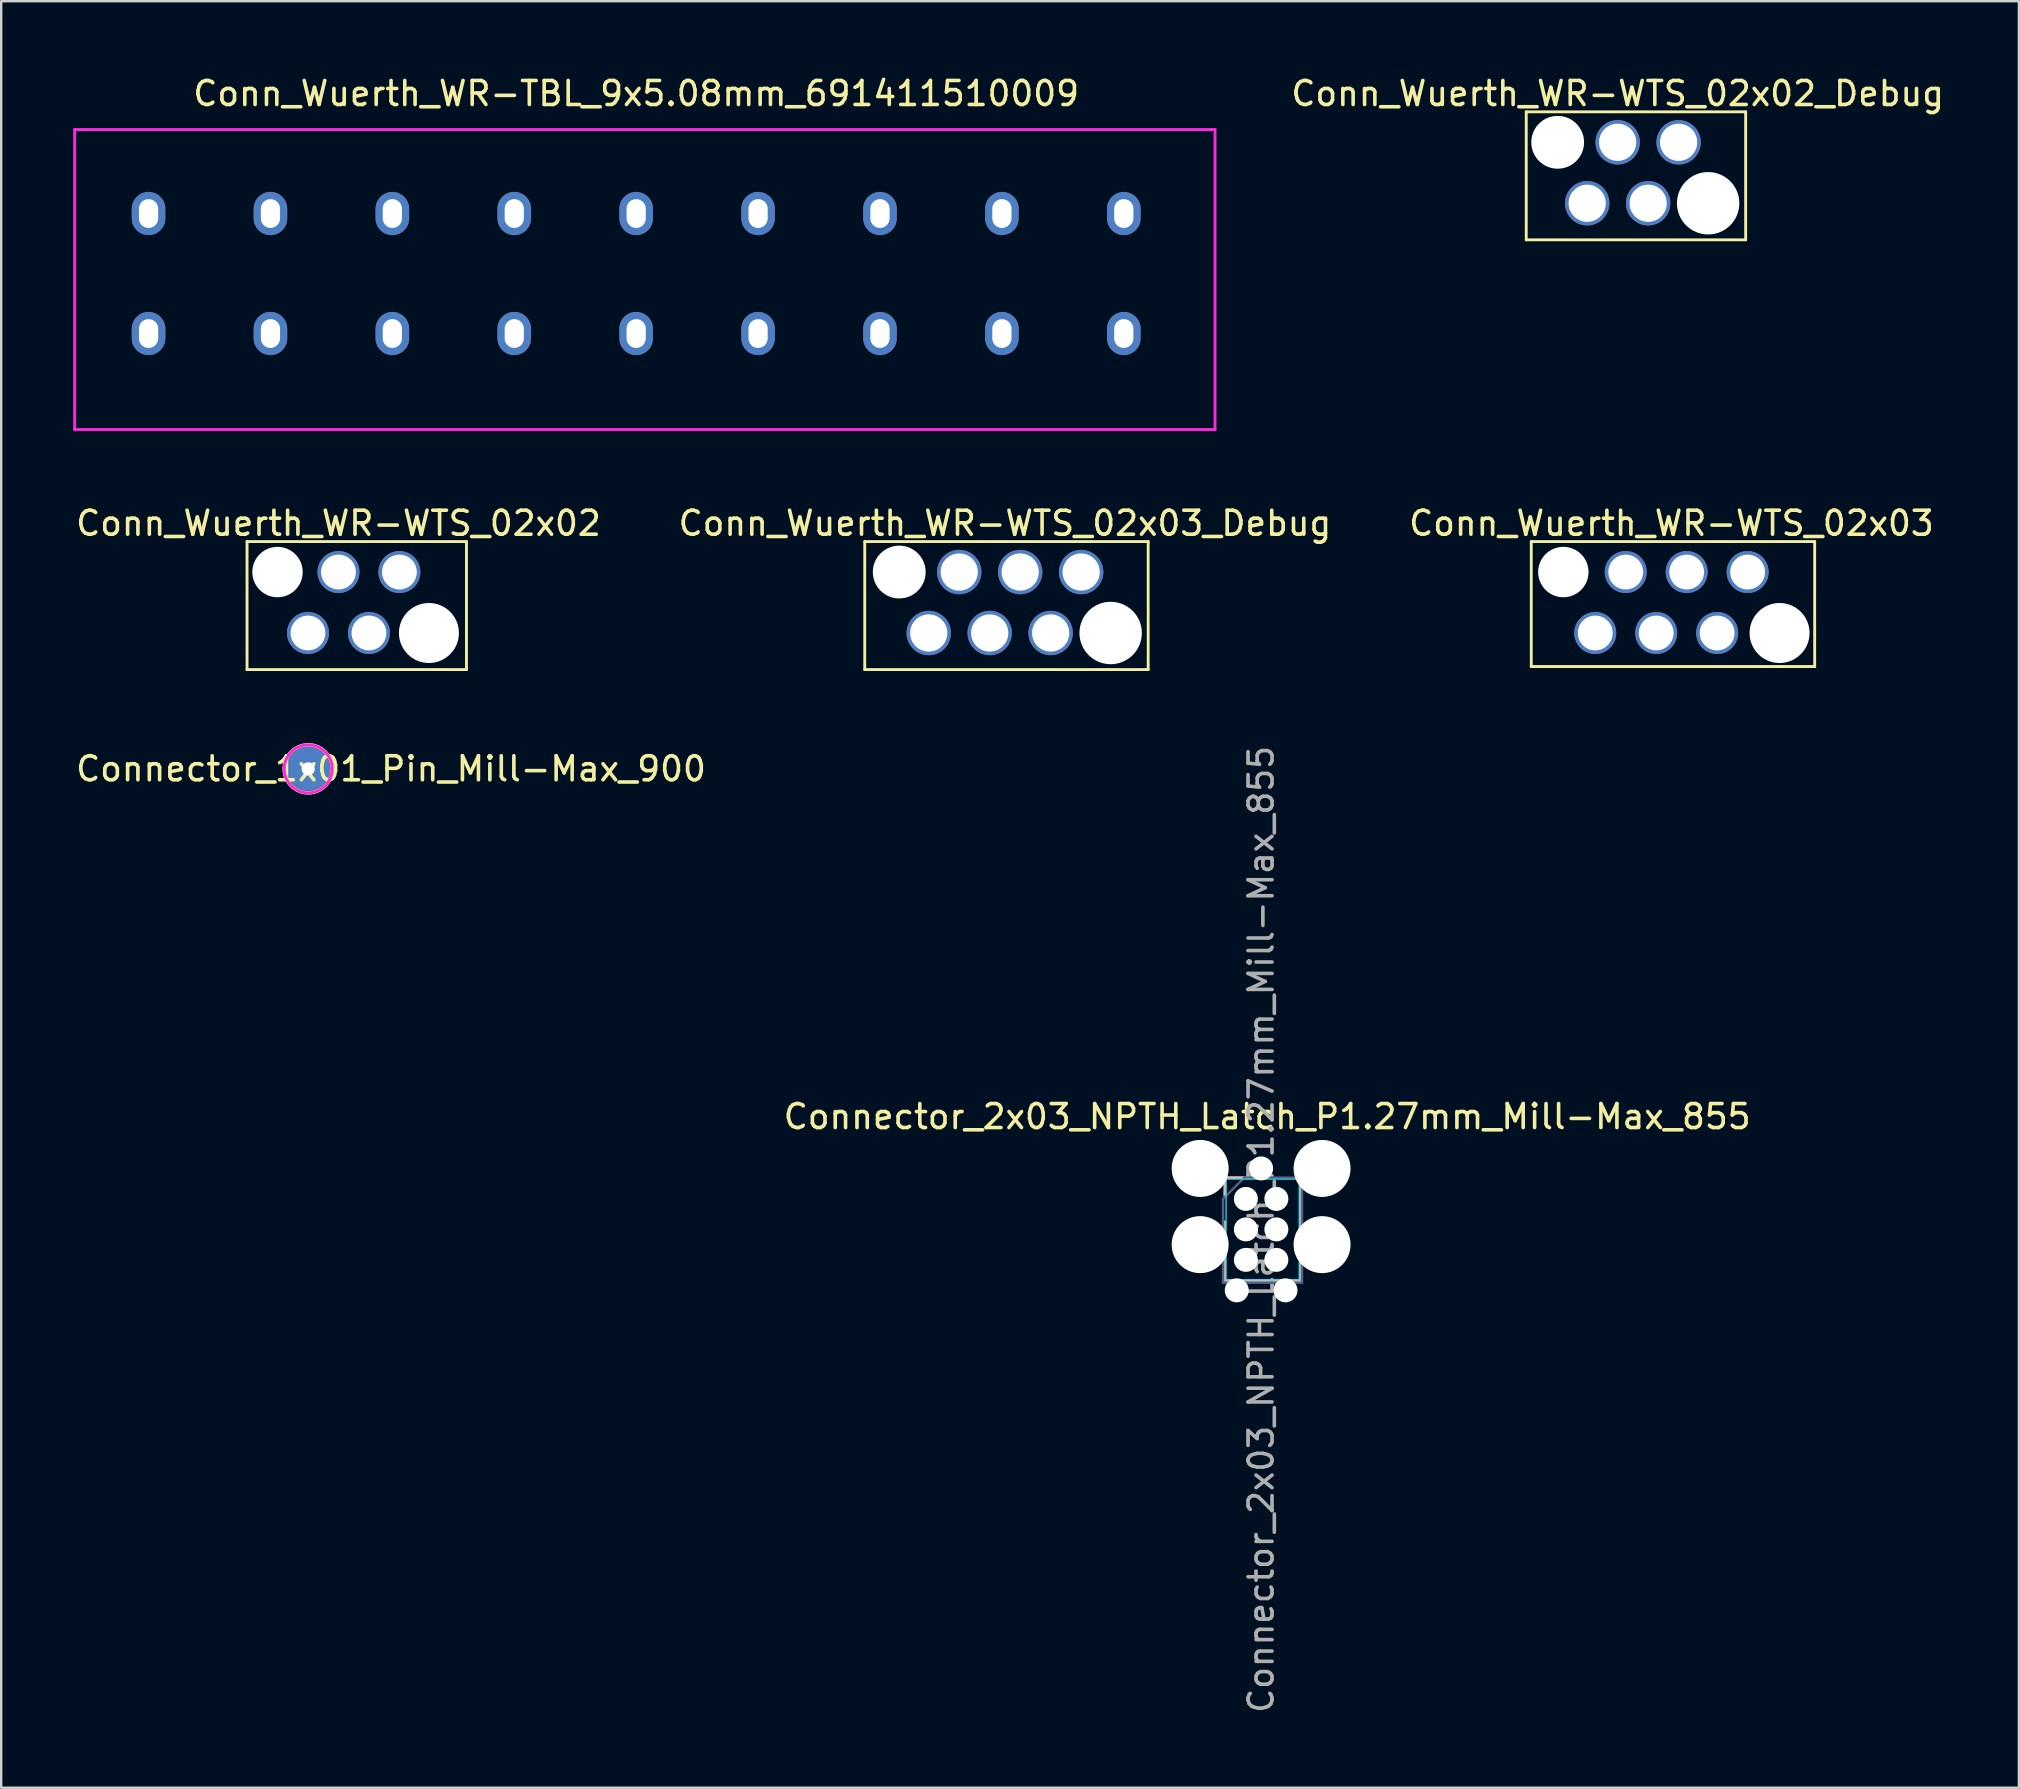
<source format=kicad_pcb>
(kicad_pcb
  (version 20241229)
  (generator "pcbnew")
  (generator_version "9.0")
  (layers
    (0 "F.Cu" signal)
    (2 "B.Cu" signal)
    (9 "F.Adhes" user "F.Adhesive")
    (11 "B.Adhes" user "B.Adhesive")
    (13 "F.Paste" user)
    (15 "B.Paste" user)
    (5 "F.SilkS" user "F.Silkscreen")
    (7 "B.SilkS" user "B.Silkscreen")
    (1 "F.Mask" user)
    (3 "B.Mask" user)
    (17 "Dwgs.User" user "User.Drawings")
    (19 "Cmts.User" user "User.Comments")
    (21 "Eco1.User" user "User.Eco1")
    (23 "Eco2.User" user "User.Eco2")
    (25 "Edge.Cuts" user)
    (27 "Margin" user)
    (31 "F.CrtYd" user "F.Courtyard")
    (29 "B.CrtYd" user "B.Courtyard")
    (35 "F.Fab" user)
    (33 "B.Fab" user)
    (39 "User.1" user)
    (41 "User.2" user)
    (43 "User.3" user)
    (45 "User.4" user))
  (footprint "Conn_Wuerth_WR-TBL_9x5.08mm_691411510009"
    (layer "F.Cu")
    (at 23.46 8.348)
    (property "Reference" "Conn_Wuerth_WR-TBL_9x5.08mm_691411510009" (at 0 -7.5 0) (layer "F.SilkS") (effects (font (size 1 1) (thickness 0.15))))
    (attr through_hole)
    (fp_line (start -23.4 -6) (end 24.12 -6) (stroke (width 0.12) (type solid)) (layer "F.CrtYd"))
    (fp_line (start -23.4 6.5) (end -23.4 -6) (stroke (width 0.12) (type solid)) (layer "F.CrtYd"))
    (fp_line (start -23.4 6.5) (end 24.12 6.5) (stroke (width 0.12) (type solid)) (layer "F.CrtYd"))
    (fp_line (start 24.12 6.5) (end 24.12 -6) (stroke (width 0.12) (type solid)) (layer "F.CrtYd"))
    (pad "1" thru_hole oval (at -20.32 -2.5) (size 1.4 1.8) (drill oval 0.8 1.2) (layers "*.Cu" "*.Mask"))
    (pad "1" thru_hole oval (at -20.32 2.5) (size 1.4 1.8) (drill oval 0.8 1.2) (layers "*.Cu" "*.Mask"))
    (pad "2" thru_hole oval (at -15.24 -2.5) (size 1.4 1.8) (drill oval 0.8 1.2) (layers "*.Cu" "*.Mask"))
    (pad "2" thru_hole oval (at -15.24 2.5) (size 1.4 1.8) (drill oval 0.8 1.2) (layers "*.Cu" "*.Mask"))
    (pad "3" thru_hole oval (at -10.16 -2.5) (size 1.4 1.8) (drill oval 0.8 1.2) (layers "*.Cu" "*.Mask"))
    (pad "3" thru_hole oval (at -10.16 2.5) (size 1.4 1.8) (drill oval 0.8 1.2) (layers "*.Cu" "*.Mask"))
    (pad "4" thru_hole oval (at -5.08 -2.5) (size 1.4 1.8) (drill oval 0.8 1.2) (layers "*.Cu" "*.Mask"))
    (pad "4" thru_hole oval (at -5.08 2.5) (size 1.4 1.8) (drill oval 0.8 1.2) (layers "*.Cu" "*.Mask"))
    (pad "5" thru_hole oval (at 0 -2.5) (size 1.4 1.8) (drill oval 0.8 1.2) (layers "*.Cu" "*.Mask"))
    (pad "5" thru_hole oval (at 0 2.5) (size 1.4 1.8) (drill oval 0.8 1.2) (layers "*.Cu" "*.Mask"))
    (pad "6" thru_hole oval (at 5.08 -2.5) (size 1.4 1.8) (drill oval 0.8 1.2) (layers "*.Cu" "*.Mask"))
    (pad "6" thru_hole oval (at 5.08 2.5) (size 1.4 1.8) (drill oval 0.8 1.2) (layers "*.Cu" "*.Mask"))
    (pad "7" thru_hole oval (at 10.16 -2.5) (size 1.4 1.8) (drill oval 0.8 1.2) (layers "*.Cu" "*.Mask"))
    (pad "7" thru_hole oval (at 10.16 2.5) (size 1.4 1.8) (drill oval 0.8 1.2) (layers "*.Cu" "*.Mask"))
    (pad "8" thru_hole oval (at 15.24 -2.5) (size 1.4 1.8) (drill oval 0.8 1.2) (layers "*.Cu" "*.Mask"))
    (pad "8" thru_hole oval (at 15.24 2.5) (size 1.4 1.8) (drill oval 0.8 1.2) (layers "*.Cu" "*.Mask"))
    (pad "9" thru_hole oval (at 20.32 -2.5) (size 1.4 1.8) (drill oval 0.8 1.2) (layers "*.Cu" "*.Mask"))
    (pad "9" thru_hole oval (at 20.32 2.5) (size 1.4 1.8) (drill oval 0.8 1.2) (layers "*.Cu" "*.Mask")))
  (footprint "Conn_Wuerth_WR-WTS_02x02_Debug"
    (layer "F.Cu")
    (at 65.63 4.15)
    (property "Reference" "Conn_Wuerth_WR-WTS_02x02_Debug" (at -1.27 -3.302 0) (layer "F.SilkS") (effects (font (size 1 1) (thickness 0.15))))
    (attr through_hole)
    (fp_line (start -5.08 -2.54) (end -5.08 2.794) (stroke (width 0.12) (type solid)) (layer "F.SilkS"))
    (fp_line (start -5.08 2.794) (end 4.064 2.794) (stroke (width 0.12) (type solid)) (layer "F.SilkS"))
    (fp_line (start 4.064 -2.54) (end -5.08 -2.54) (stroke (width 0.12) (type solid)) (layer "F.SilkS"))
    (fp_line (start 4.064 2.794) (end 4.064 -2.54) (stroke (width 0.12) (type solid)) (layer "F.SilkS"))
    (pad "" np_thru_hole circle (at -3.77 -1.27) (size 2.2 2.2) (drill 2.2) (layers "*.Cu" "*.Mask"))
    (pad "" np_thru_hole circle (at 2.5 1.27) (size 2.6 2.6) (drill 2.6) (layers "*.Cu" "*.Mask"))
    (pad "1" thru_hole circle (at 1.27 -1.27) (size 1.85 1.85) (drill 1.55) (layers "*.Cu" "*.Mask"))
    (pad "2" thru_hole circle (at 0 1.27) (size 1.85 1.85) (drill 1.55) (layers "*.Cu" "*.Mask"))
    (pad "3" thru_hole circle (at -1.27 -1.27) (size 1.85 1.85) (drill 1.55) (layers "*.Cu" "*.Mask"))
    (pad "4" thru_hole circle (at -2.54 1.27) (size 1.85 1.85) (drill 1.55) (layers "*.Cu" "*.Mask")))
  (footprint "Connector_1x01_Pin_Mill-Max_900"
    (layer "F.Cu")
    (at 9.794 28.988)
    (property "Reference" "Connector_1x01_Pin_Mill-Max_900" (at 3.45 0 0) (layer "F.SilkS") (effects (font (size 1 1) (thickness 0.15))))
    (attr through_hole)
    (fp_circle (center 0 0) (end 1 0) (stroke (width 0.15) (type solid)) (fill no) (layer "F.SilkS"))
    (fp_circle (center 0 0) (end 1 0) (stroke (width 0.12) (type solid)) (fill no) (layer "F.CrtYd"))
    (pad "1" thru_hole circle (at 0 0) (size 1.83 1.83) (drill 0.55) (layers "*.Cu" "*.Mask" "F.Paste")))
  (footprint "Conn_Wuerth_WR-WTS_02x03_Debug"
    (layer "F.Cu")
    (at 38.827 22.058)
    (property "Reference" "Conn_Wuerth_WR-WTS_02x03_Debug" (at 0 -3.302 0) (layer "F.SilkS") (effects (font (size 1 1) (thickness 0.15))))
    (attr through_hole)
    (fp_line (start -5.842 -2.54) (end -5.842 2.794) (stroke (width 0.12) (type solid)) (layer "F.SilkS"))
    (fp_line (start -5.842 2.794) (end 5.969 2.794) (stroke (width 0.12) (type solid)) (layer "F.SilkS"))
    (fp_line (start 5.969 -2.54) (end -5.842 -2.54) (stroke (width 0.12) (type solid)) (layer "F.SilkS"))
    (fp_line (start 5.969 2.794) (end 5.969 -2.54) (stroke (width 0.12) (type solid)) (layer "F.SilkS"))
    (pad "" np_thru_hole circle (at -4.405 -1.27) (size 2.2 2.2) (drill 2.2) (layers "*.Cu" "*.Mask"))
    (pad "" np_thru_hole circle (at 4.405 1.27) (size 2.6 2.6) (drill 2.6) (layers "*.Cu" "*.Mask"))
    (pad "1" thru_hole circle (at 3.175 -1.27) (size 1.85 1.85) (drill 1.55) (layers "*.Cu" "*.Mask"))
    (pad "2" thru_hole circle (at 1.905 1.27) (size 1.85 1.85) (drill 1.55) (layers "*.Cu" "*.Mask"))
    (pad "3" thru_hole circle (at 0.635 -1.27) (size 1.85 1.85) (drill 1.55) (layers "*.Cu" "*.Mask"))
    (pad "4" thru_hole circle (at -0.635 1.27) (size 1.85 1.85) (drill 1.55) (layers "*.Cu" "*.Mask"))
    (pad "5" thru_hole circle (at -1.905 -1.27) (size 1.85 1.85) (drill 1.55) (layers "*.Cu" "*.Mask"))
    (pad "6" thru_hole circle (at -3.175 1.27) (size 1.85 1.85) (drill 1.55) (layers "*.Cu" "*.Mask")))
  (footprint "Connector_2x03_NPTH_Latch_P1.27mm_Mill-Max_855"
    (layer "F.Cu")
    (at 48.867 46.91)
    (property "Reference" "Connector_2x03_NPTH_Latch_P1.27mm_Mill-Max_855" (at 0.889 -3.429 0) (layer "F.SilkS") (effects (font (size 1 1) (thickness 0.15))))
    (attr through_hole)
    (fp_line (start -0.889 0.953) (end -0.889 3.429) (stroke (width 0.12) (type solid)) (layer "B.SilkS"))
    (fp_line (start -0.889 3.429) (end 2.286 3.429) (stroke (width 0.12) (type solid)) (layer "B.SilkS"))
    (fp_line (start -0.876 -0.887) (end 0.254 -0.887) (stroke (width 0.12) (type solid)) (layer "B.SilkS"))
    (fp_line (start -0.876 -0.127) (end -0.876 -0.887) (stroke (width 0.12) (type solid)) (layer "B.SilkS"))
    (fp_line (start 2.286 -0.885) (end 2.286 3.429) (stroke (width 0.12) (type solid)) (layer "B.SilkS"))
    (fp_line (start -0.826 -0.826) (end -0.826 3.365) (stroke (width 0.05) (type solid)) (layer "B.CrtYd"))
    (fp_line (start -0.826 3.365) (end 2.223 3.365) (stroke (width 0.05) (type solid)) (layer "B.CrtYd"))
    (fp_line (start 2.223 -0.826) (end -0.826 -0.826) (stroke (width 0.05) (type solid)) (layer "B.CrtYd"))
    (fp_line (start 2.223 3.365) (end 2.223 -0.826) (stroke (width 0.05) (type solid)) (layer "B.CrtYd"))
    (fp_line (start -0.953 0) (end -0.064 -0.889) (stroke (width 0.1) (type solid)) (layer "B.Fab"))
    (fp_line (start -0.953 3.493) (end -0.953 0) (stroke (width 0.1) (type solid)) (layer "B.Fab"))
    (fp_line (start -0.064 -0.889) (end 2.34 -0.889) (stroke (width 0.1) (type solid)) (layer "B.Fab"))
    (fp_line (start 2.34 -0.889) (end 2.34 3.493) (stroke (width 0.1) (type solid)) (layer "B.Fab"))
    (fp_line (start 2.34 3.493) (end -0.953 3.493) (stroke (width 0.1) (type solid)) (layer "B.Fab"))
    (fp_text user "${REFERENCE}" (at 0.635 1.27 90) (layer "F.Fab") (effects (font (size 1 1) (thickness 0.15))))
    (pad "" np_thru_hole circle (at -1.905 -1.27 180) (size 2.375 2.375) (drill 2.375) (layers "*.Cu" "*.Mask"))
    (pad "" np_thru_hole circle (at -1.905 1.905 180) (size 2.375 2.375) (drill 2.375) (layers "*.Cu" "*.Mask"))
    (pad "" np_thru_hole circle (at -0.381 3.81) (size 1 1) (drill 1) (layers "*.Cu" "*.Mask"))
    (pad "" np_thru_hole circle (at 0 0) (size 1 1) (drill 1) (layers "*.Cu" "*.Mask"))
    (pad "" np_thru_hole circle (at 0 1.27) (size 1 1) (drill 1) (layers "*.Cu" "*.Mask"))
    (pad "" np_thru_hole circle (at 0 2.54) (size 1 1) (drill 1) (layers "*.Cu" "*.Mask"))
    (pad "" np_thru_hole circle (at 0.635 -1.27) (size 1 1) (drill 1) (layers "*.Cu" "*.Mask"))
    (pad "" np_thru_hole circle (at 1.27 0) (size 1 1) (drill 1) (layers "*.Cu" "*.Mask"))
    (pad "" np_thru_hole circle (at 1.27 1.27) (size 1 1) (drill 1) (layers "*.Cu" "*.Mask"))
    (pad "" np_thru_hole circle (at 1.27 2.54) (size 1 1) (drill 1) (layers "*.Cu" "*.Mask"))
    (pad "" np_thru_hole circle (at 1.651 3.81 180) (size 1 1) (drill 1) (layers "*.Cu" "*.Mask"))
    (pad "" np_thru_hole circle (at 3.175 -1.27) (size 2.375 2.375) (drill 2.375) (layers "*.Cu" "*.Mask"))
    (pad "" np_thru_hole circle (at 3.175 1.905) (size 2.375 2.375) (drill 2.375) (layers "*.Cu" "*.Mask")))
  (footprint "Conn_Wuerth_WR-WTS_02x02"
    (layer "F.Cu")
    (at 12.324 22.058)
    (property "Reference" "Conn_Wuerth_WR-WTS_02x02" (at -1.27 -3.302 0) (layer "F.SilkS") (effects (font (size 1 1) (thickness 0.15))))
    (attr through_hole)
    (fp_line (start -5.08 -2.54) (end -5.08 2.794) (stroke (width 0.12) (type solid)) (layer "F.SilkS"))
    (fp_line (start -5.08 2.794) (end 4.064 2.794) (stroke (width 0.12) (type solid)) (layer "F.SilkS"))
    (fp_line (start 4.064 -2.54) (end -5.08 -2.54) (stroke (width 0.12) (type solid)) (layer "F.SilkS"))
    (fp_line (start 4.064 2.794) (end 4.064 -2.54) (stroke (width 0.12) (type solid)) (layer "F.SilkS"))
    (pad "" np_thru_hole circle (at -3.81 -1.27) (size 2.1 2.1) (drill 2.1) (layers "*.Cu" "*.Mask"))
    (pad "" np_thru_hole circle (at 2.5 1.27) (size 2.5 2.5) (drill 2.5) (layers "*.Cu" "*.Mask"))
    (pad "1" thru_hole circle (at 1.27 -1.27) (size 1.75 1.75) (drill 1.45) (layers "*.Cu" "*.Mask"))
    (pad "2" thru_hole circle (at 0 1.27) (size 1.75 1.75) (drill 1.45) (layers "*.Cu" "*.Mask"))
    (pad "3" thru_hole circle (at -1.27 -1.27) (size 1.75 1.75) (drill 1.45) (layers "*.Cu" "*.Mask"))
    (pad "4" thru_hole circle (at -2.54 1.27) (size 1.75 1.75) (drill 1.45) (layers "*.Cu" "*.Mask")))
  (footprint "Conn_Wuerth_WR-WTS_02x03"
    (layer "F.Cu")
    (at 66.601 22.058)
    (property "Reference" "Conn_Wuerth_WR-WTS_02x03" (at 0 -3.302 0) (layer "F.SilkS") (effects (font (size 1 1) (thickness 0.15))))
    (attr through_hole)
    (fp_line (start -5.842 -2.54) (end -5.842 2.667) (stroke (width 0.12) (type solid)) (layer "F.SilkS"))
    (fp_line (start -5.842 2.667) (end 5.969 2.667) (stroke (width 0.12) (type solid)) (layer "F.SilkS"))
    (fp_line (start 5.969 -2.54) (end -5.842 -2.54) (stroke (width 0.12) (type solid)) (layer "F.SilkS"))
    (fp_line (start 5.969 2.667) (end 5.969 -2.54) (stroke (width 0.12) (type solid)) (layer "F.SilkS"))
    (pad "" np_thru_hole circle (at -4.505 -1.27) (size 2.1 2.1) (drill 2.1) (layers "*.Cu" "*.Mask"))
    (pad "" np_thru_hole circle (at 4.505 1.27) (size 2.5 2.5) (drill 2.5) (layers "*.Cu" "*.Mask"))
    (pad "1" thru_hole circle (at 3.175 -1.27) (size 1.75 1.75) (drill 1.45) (layers "*.Cu" "*.Mask"))
    (pad "2" thru_hole circle (at 1.905 1.27) (size 1.75 1.75) (drill 1.45) (layers "*.Cu" "*.Mask"))
    (pad "3" thru_hole circle (at 0.635 -1.27) (size 1.75 1.75) (drill 1.45) (layers "*.Cu" "*.Mask"))
    (pad "4" thru_hole circle (at -0.635 1.27) (size 1.75 1.75) (drill 1.45) (layers "*.Cu" "*.Mask"))
    (pad "5" thru_hole circle (at -1.905 -1.27) (size 1.75 1.75) (drill 1.45) (layers "*.Cu" "*.Mask"))
    (pad "6" thru_hole circle (at -3.175 1.27) (size 1.75 1.75) (drill 1.45) (layers "*.Cu" "*.Mask")))
  (gr_rect
    (start -3 -3)
    (end 81.08 71.448)
    (stroke (width 0.1) (type default))
    (fill no)
    (layer "Edge.Cuts")))
</source>
